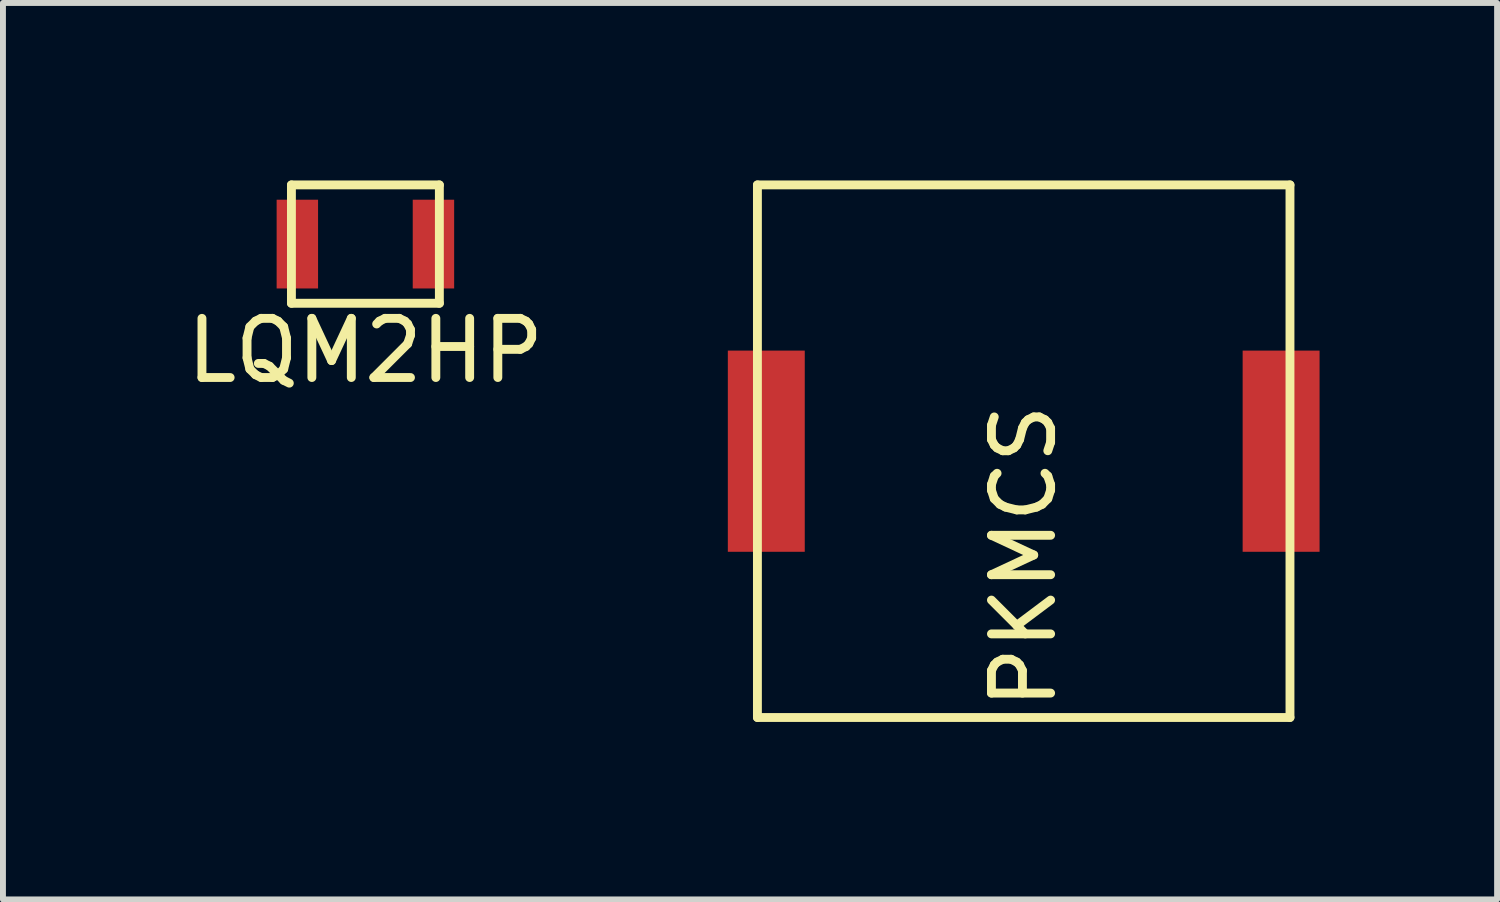
<source format=kicad_pcb>
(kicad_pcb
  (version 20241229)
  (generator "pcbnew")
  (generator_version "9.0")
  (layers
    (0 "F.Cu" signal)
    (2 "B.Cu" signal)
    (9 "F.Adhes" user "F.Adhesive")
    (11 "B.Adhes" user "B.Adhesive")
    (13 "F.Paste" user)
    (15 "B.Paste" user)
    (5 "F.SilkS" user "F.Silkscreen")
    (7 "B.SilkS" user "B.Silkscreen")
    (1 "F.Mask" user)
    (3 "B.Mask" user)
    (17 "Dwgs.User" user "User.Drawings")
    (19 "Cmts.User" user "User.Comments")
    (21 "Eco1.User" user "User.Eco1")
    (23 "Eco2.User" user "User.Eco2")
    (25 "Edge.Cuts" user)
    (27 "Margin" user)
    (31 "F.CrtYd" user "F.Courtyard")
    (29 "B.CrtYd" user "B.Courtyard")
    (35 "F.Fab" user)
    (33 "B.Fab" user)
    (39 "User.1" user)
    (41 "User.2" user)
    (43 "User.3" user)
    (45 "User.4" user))
  (footprint "PKMCS"
    (layer "F.Cu")
    (at 14.25 4.575)
    (property "Reference" "PKMCS" (at 0 1.778 90) (layer "F.SilkS") (effects (font (size 1 1) (thickness 0.15))))
    (attr through_hole)
    (fp_line (start -4.5 -4.5) (end 4.5 -4.5) (stroke (width 0.15) (type solid)) (layer "F.SilkS"))
    (fp_line (start -4.5 4.5) (end -4.5 -4.5) (stroke (width 0.15) (type solid)) (layer "F.SilkS"))
    (fp_line (start 4.5 -4.5) (end 4.5 4.5) (stroke (width 0.15) (type solid)) (layer "F.SilkS"))
    (fp_line (start 4.5 4.5) (end -4.5 4.5) (stroke (width 0.15) (type solid)) (layer "F.SilkS"))
    (pad "1" smd rect (at -4.35 0) (size 1.3 3.4) (layers "F.Cu" "F.Mask" "F.Paste"))
    (pad "2" smd rect (at 4.35 0) (size 1.3 3.4) (layers "F.Cu" "F.Mask" "F.Paste")))
  (footprint "LQM2HP"
    (layer "F.Cu")
    (at 3.125 1.075)
    (property "Reference" "LQM2HP" (at 0 1.8 0) (layer "F.SilkS") (effects (font (size 1 1) (thickness 0.15))))
    (attr through_hole)
    (fp_line (start -1.25 -1) (end 1.25 -1) (stroke (width 0.15) (type solid)) (layer "F.SilkS"))
    (fp_line (start -1.25 1) (end -1.25 -1) (stroke (width 0.15) (type solid)) (layer "F.SilkS"))
    (fp_line (start 1.25 -1) (end 1.25 1) (stroke (width 0.15) (type solid)) (layer "F.SilkS"))
    (fp_line (start 1.25 1) (end -1.25 1) (stroke (width 0.15) (type solid)) (layer "F.SilkS"))
    (pad "1" smd rect (at -1.15 0) (size 0.7 1.5) (layers "F.Cu" "F.Mask" "F.Paste"))
    (pad "2" smd rect (at 1.15 0) (size 0.7 1.5) (layers "F.Cu" "F.Mask" "F.Paste")))
  (gr_rect
    (start -3 -3)
    (end 22.25 12.15)
    (stroke (width 0.1) (type default))
    (fill no)
    (layer "Edge.Cuts")))
</source>
